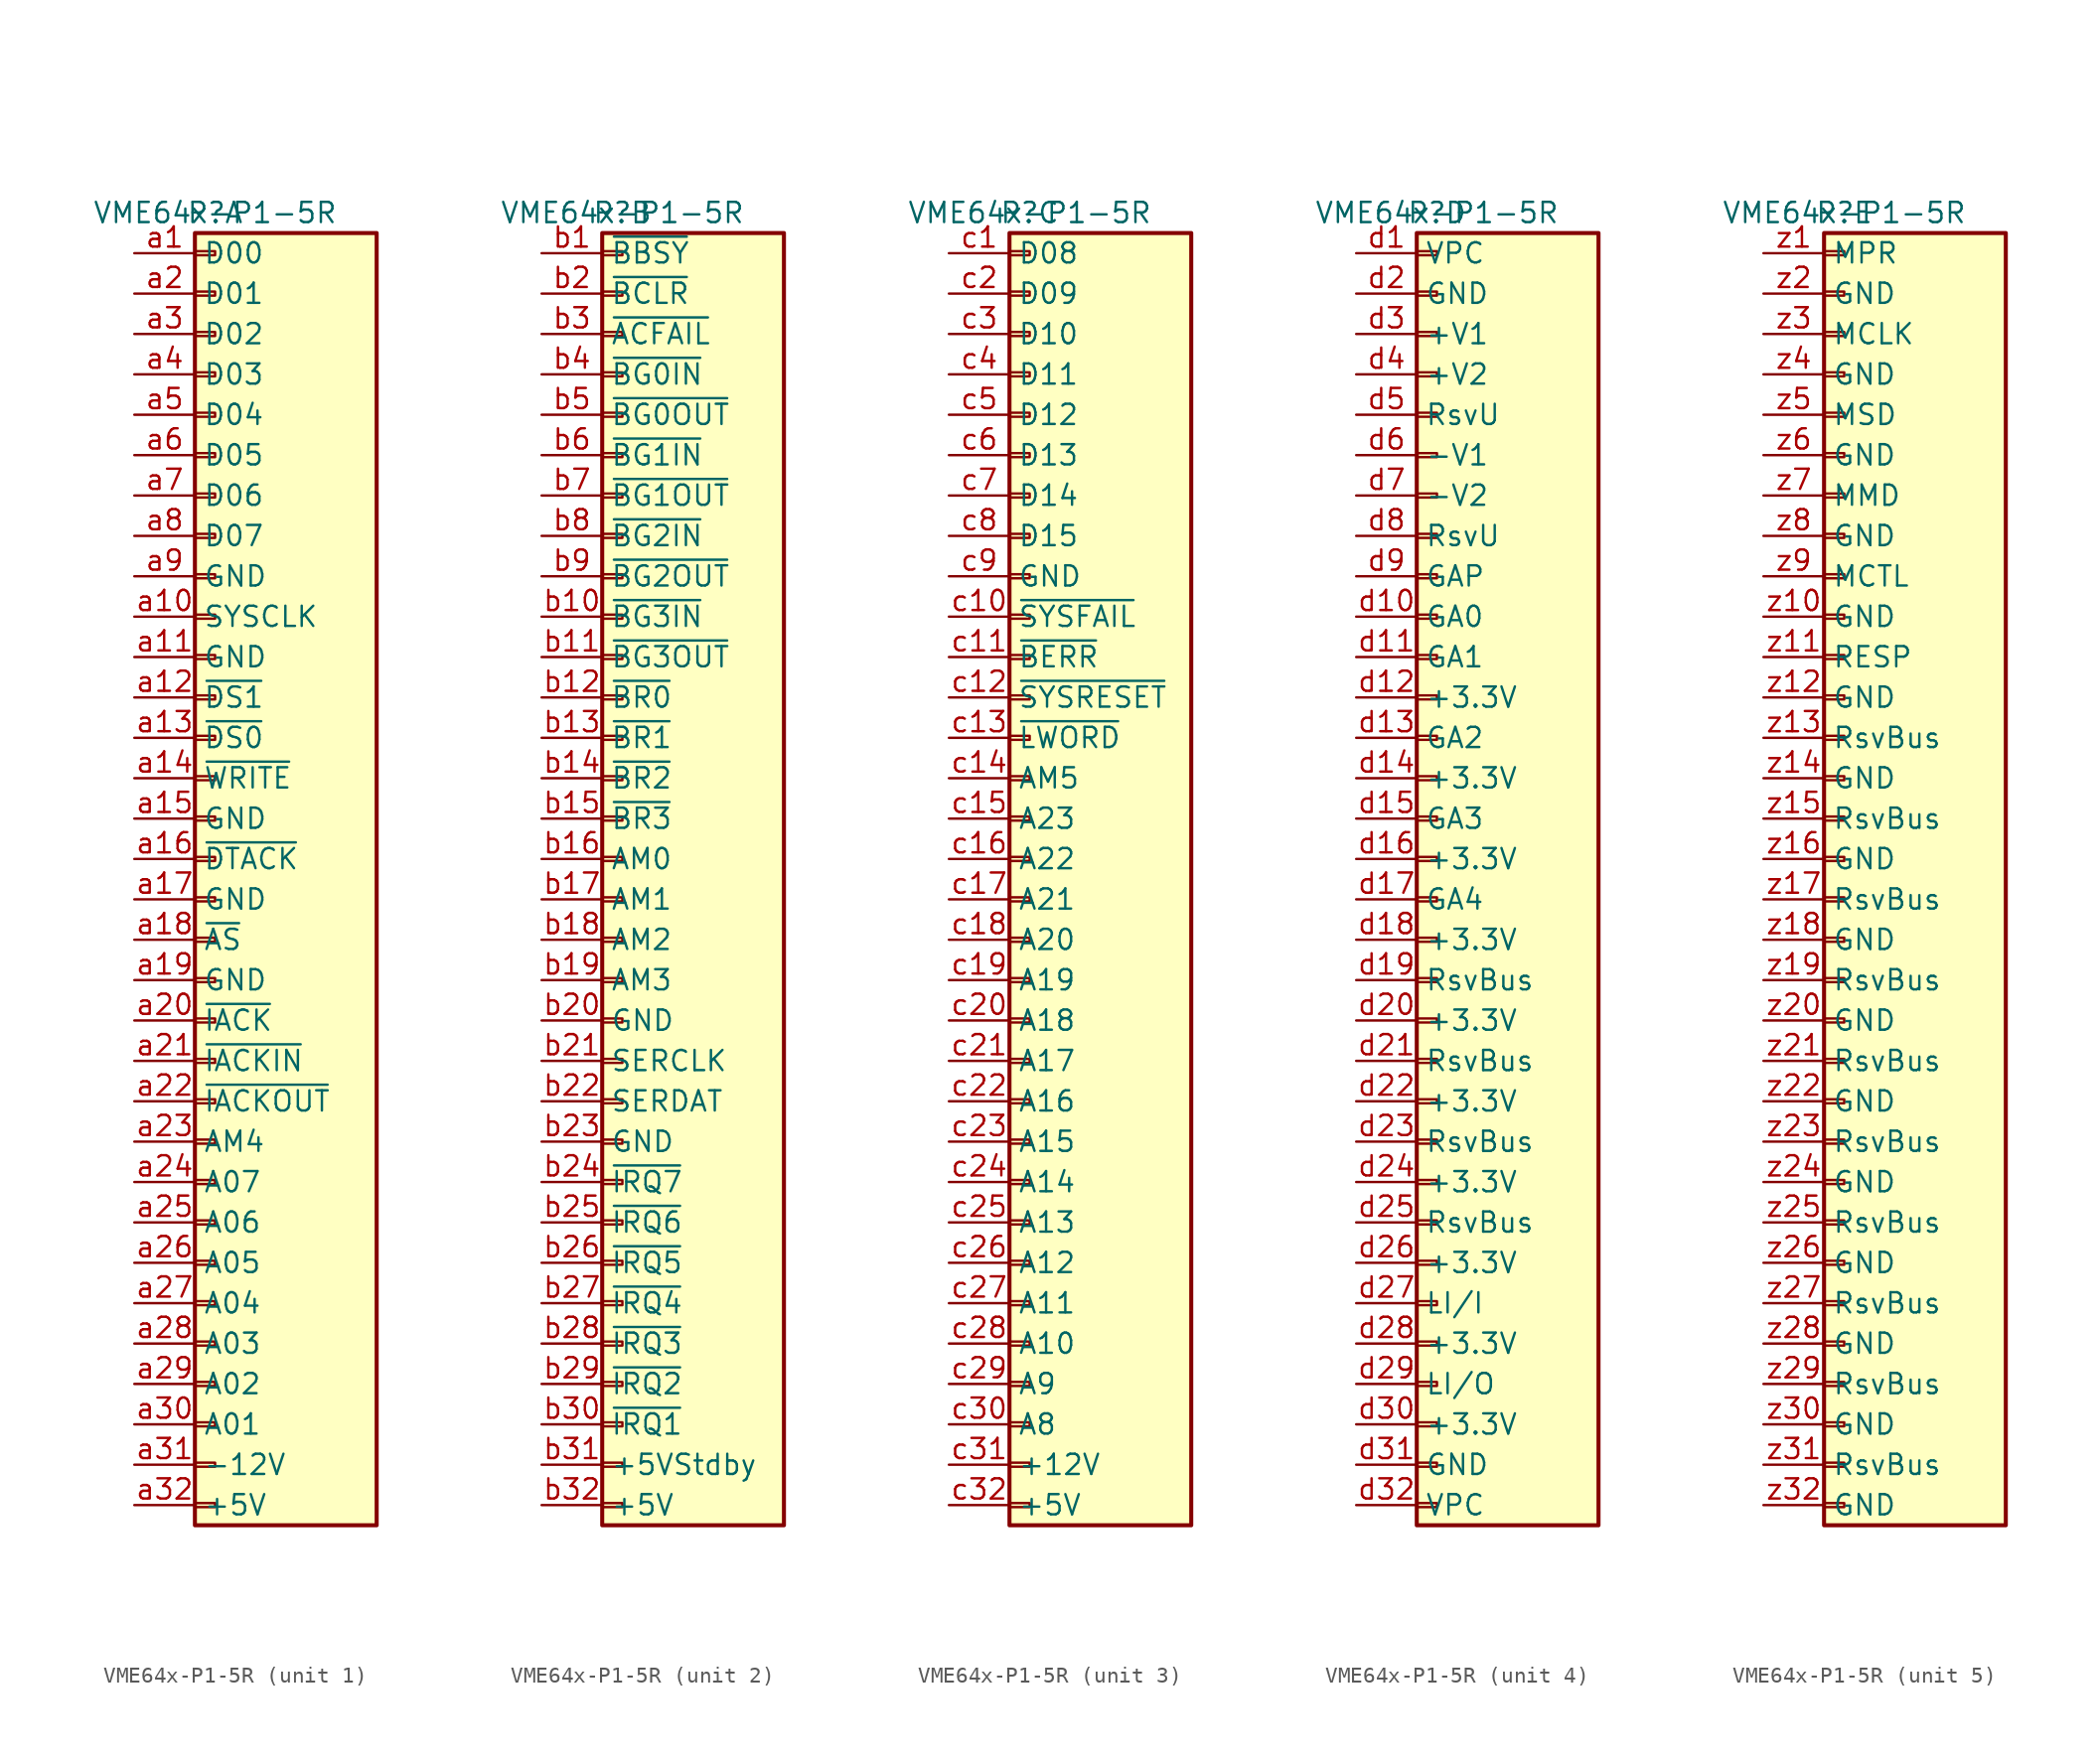
<source format=kicad_sym>
(kicad_symbol_lib
  (version 20231120)
  (generator "kicad_symbol_editor")
  (generator_version "8.0")
  (symbol "VME64x-P1-5R"
    (property "Reference" "P"
      (at 0 40.64 0)
      (effects (font (size 1.27 1.27))))
    (property "Value" "VME64x-P1-5R"
      (at 0 40.64 0)
      (effects (font (size 1.27 1.27))))
    (property "ki_locked" ""
      (at 0 0 0)
      (effects (font (size 1.27 1.27))))
    (symbol "VME64x-P1-5R_1_1"
      (rectangle (start -1.27 -40.513) (end 0 -40.767) (stroke (width 0.152) (type default)) (fill (type none)))
      (rectangle (start -1.27 -37.973) (end 0 -38.227) (stroke (width 0.152) (type default)) (fill (type none)))
      (rectangle (start -1.27 -35.433) (end 0 -35.687) (stroke (width 0.152) (type default)) (fill (type none)))
      (rectangle (start -1.27 -32.893) (end 0 -33.147) (stroke (width 0.152) (type default)) (fill (type none)))
      (rectangle (start -1.27 -30.353) (end 0 -30.607) (stroke (width 0.152) (type default)) (fill (type none)))
      (rectangle (start -1.27 -27.813) (end 0 -28.067) (stroke (width 0.152) (type default)) (fill (type none)))
      (rectangle (start -1.27 -25.273) (end 0 -25.527) (stroke (width 0.152) (type default)) (fill (type none)))
      (rectangle (start -1.27 -22.733) (end 0 -22.987) (stroke (width 0.152) (type default)) (fill (type none)))
      (rectangle (start -1.27 -20.193) (end 0 -20.447) (stroke (width 0.152) (type default)) (fill (type none)))
      (rectangle (start -1.27 -17.653) (end 0 -17.907) (stroke (width 0.152) (type default)) (fill (type none)))
      (rectangle (start -1.27 -15.113) (end 0 -15.367) (stroke (width 0.152) (type default)) (fill (type none)))
      (rectangle (start -1.27 -12.573) (end 0 -12.827) (stroke (width 0.152) (type default)) (fill (type none)))
      (rectangle (start -1.27 -10.033) (end 0 -10.287) (stroke (width 0.152) (type default)) (fill (type none)))
      (rectangle (start -1.27 -7.493) (end 0 -7.747) (stroke (width 0.152) (type default)) (fill (type none)))
      (rectangle (start -1.27 -4.953) (end 0 -5.207) (stroke (width 0.152) (type default)) (fill (type none)))
      (rectangle (start -1.27 -2.413) (end 0 -2.667) (stroke (width 0.152) (type default)) (fill (type none)))
      (rectangle (start -1.27 0.127) (end 0 -0.127) (stroke (width 0.152) (type default)) (fill (type none)))
      (rectangle (start -1.27 2.667) (end 0 2.413) (stroke (width 0.152) (type default)) (fill (type none)))
      (rectangle (start -1.27 5.207) (end 0 4.953) (stroke (width 0.152) (type default)) (fill (type none)))
      (rectangle (start -1.27 7.747) (end 0 7.493) (stroke (width 0.152) (type default)) (fill (type none)))
      (rectangle (start -1.27 10.287) (end 0 10.033) (stroke (width 0.152) (type default)) (fill (type none)))
      (rectangle (start -1.27 12.827) (end 0 12.573) (stroke (width 0.152) (type default)) (fill (type none)))
      (rectangle (start -1.27 15.367) (end 0 15.113) (stroke (width 0.152) (type default)) (fill (type none)))
      (rectangle (start -1.27 17.907) (end 0 17.653) (stroke (width 0.152) (type default)) (fill (type none)))
      (rectangle (start -1.27 20.447) (end 0 20.193) (stroke (width 0.152) (type default)) (fill (type none)))
      (rectangle (start -1.27 22.987) (end 0 22.733) (stroke (width 0.152) (type default)) (fill (type none)))
      (rectangle (start -1.27 25.527) (end 0 25.273) (stroke (width 0.152) (type default)) (fill (type none)))
      (rectangle (start -1.27 28.067) (end 0 27.813) (stroke (width 0.152) (type default)) (fill (type none)))
      (rectangle (start -1.27 30.607) (end 0 30.353) (stroke (width 0.152) (type default)) (fill (type none)))
      (rectangle (start -1.27 33.147) (end 0 32.893) (stroke (width 0.152) (type default)) (fill (type none)))
      (rectangle (start -1.27 35.687) (end 0 35.433) (stroke (width 0.152) (type default)) (fill (type none)))
      (rectangle (start -1.27 38.227) (end 0 37.973) (stroke (width 0.152) (type default)) (fill (type none)))
      (rectangle (start -1.27 39.37) (end 10.16 -41.91) (stroke (width 0.254) (type default)) (fill (type background)))
      (pin bidirectional line (at -5.08 38.1 0) (length 3.81) (name "D00" (effects (font (size 1.27 1.27)))) (number "a1" (effects (font (size 1.27 1.27)))))
      (pin output line (at -5.08 15.24 0) (length 3.81) (name "SYSCLK" (effects (font (size 1.27 1.27)))) (number "a10" (effects (font (size 1.27 1.27)))))
      (pin power_out line (at -5.08 12.7 0) (length 3.81) (name "GND" (effects (font (size 1.27 1.27)))) (number "a11" (effects (font (size 1.27 1.27)))))
      (pin bidirectional line (at -5.08 10.16 0) (length 3.81) (name "~{DS1}" (effects (font (size 1.27 1.27)))) (number "a12" (effects (font (size 1.27 1.27)))))
      (pin bidirectional line (at -5.08 7.62 0) (length 3.81) (name "~{DS0}" (effects (font (size 1.27 1.27)))) (number "a13" (effects (font (size 1.27 1.27)))))
      (pin bidirectional line (at -5.08 5.08 0) (length 3.81) (name "~{WRITE}" (effects (font (size 1.27 1.27)))) (number "a14" (effects (font (size 1.27 1.27)))))
      (pin power_out line (at -5.08 2.54 0) (length 3.81) (name "GND" (effects (font (size 1.27 1.27)))) (number "a15" (effects (font (size 1.27 1.27)))))
      (pin bidirectional line (at -5.08 0 0) (length 3.81) (name "~{DTACK}" (effects (font (size 1.27 1.27)))) (number "a16" (effects (font (size 1.27 1.27)))))
      (pin power_out line (at -5.08 -2.54 0) (length 3.81) (name "GND" (effects (font (size 1.27 1.27)))) (number "a17" (effects (font (size 1.27 1.27)))))
      (pin bidirectional line (at -5.08 -5.08 0) (length 3.81) (name "~{AS}" (effects (font (size 1.27 1.27)))) (number "a18" (effects (font (size 1.27 1.27)))))
      (pin power_out line (at -5.08 -7.62 0) (length 3.81) (name "GND" (effects (font (size 1.27 1.27)))) (number "a19" (effects (font (size 1.27 1.27)))))
      (pin bidirectional line (at -5.08 35.56 0) (length 3.81) (name "D01" (effects (font (size 1.27 1.27)))) (number "a2" (effects (font (size 1.27 1.27)))))
      (pin bidirectional line (at -5.08 -10.16 0) (length 3.81) (name "~{IACK}" (effects (font (size 1.27 1.27)))) (number "a20" (effects (font (size 1.27 1.27)))))
      (pin input line (at -5.08 -12.7 0) (length 3.81) (name "~{IACKIN}" (effects (font (size 1.27 1.27)))) (number "a21" (effects (font (size 1.27 1.27)))))
      (pin output line (at -5.08 -15.24 0) (length 3.81) (name "~{IACKOUT}" (effects (font (size 1.27 1.27)))) (number "a22" (effects (font (size 1.27 1.27)))))
      (pin bidirectional line (at -5.08 -17.78 0) (length 3.81) (name "AM4" (effects (font (size 1.27 1.27)))) (number "a23" (effects (font (size 1.27 1.27)))))
      (pin bidirectional line (at -5.08 -20.32 0) (length 3.81) (name "A07" (effects (font (size 1.27 1.27)))) (number "a24" (effects (font (size 1.27 1.27)))))
      (pin bidirectional line (at -5.08 -22.86 0) (length 3.81) (name "A06" (effects (font (size 1.27 1.27)))) (number "a25" (effects (font (size 1.27 1.27)))))
      (pin bidirectional line (at -5.08 -25.4 0) (length 3.81) (name "A05" (effects (font (size 1.27 1.27)))) (number "a26" (effects (font (size 1.27 1.27)))))
      (pin bidirectional line (at -5.08 -27.94 0) (length 3.81) (name "A04" (effects (font (size 1.27 1.27)))) (number "a27" (effects (font (size 1.27 1.27)))))
      (pin bidirectional line (at -5.08 -30.48 0) (length 3.81) (name "A03" (effects (font (size 1.27 1.27)))) (number "a28" (effects (font (size 1.27 1.27)))))
      (pin bidirectional line (at -5.08 -33.02 0) (length 3.81) (name "A02" (effects (font (size 1.27 1.27)))) (number "a29" (effects (font (size 1.27 1.27)))))
      (pin bidirectional line (at -5.08 33.02 0) (length 3.81) (name "D02" (effects (font (size 1.27 1.27)))) (number "a3" (effects (font (size 1.27 1.27)))))
      (pin bidirectional line (at -5.08 -35.56 0) (length 3.81) (name "A01" (effects (font (size 1.27 1.27)))) (number "a30" (effects (font (size 1.27 1.27)))))
      (pin power_out line (at -5.08 -38.1 0) (length 3.81) (name "-12V" (effects (font (size 1.27 1.27)))) (number "a31" (effects (font (size 1.27 1.27)))))
      (pin power_out line (at -5.08 -40.64 0) (length 3.81) (name "+5V" (effects (font (size 1.27 1.27)))) (number "a32" (effects (font (size 1.27 1.27)))))
      (pin bidirectional line (at -5.08 30.48 0) (length 3.81) (name "D03" (effects (font (size 1.27 1.27)))) (number "a4" (effects (font (size 1.27 1.27)))))
      (pin bidirectional line (at -5.08 27.94 0) (length 3.81) (name "D04" (effects (font (size 1.27 1.27)))) (number "a5" (effects (font (size 1.27 1.27)))))
      (pin bidirectional line (at -5.08 25.4 0) (length 3.81) (name "D05" (effects (font (size 1.27 1.27)))) (number "a6" (effects (font (size 1.27 1.27)))))
      (pin bidirectional line (at -5.08 22.86 0) (length 3.81) (name "D06" (effects (font (size 1.27 1.27)))) (number "a7" (effects (font (size 1.27 1.27)))))
      (pin bidirectional line (at -5.08 20.32 0) (length 3.81) (name "D07" (effects (font (size 1.27 1.27)))) (number "a8" (effects (font (size 1.27 1.27)))))
      (pin power_out line (at -5.08 17.78 0) (length 3.81) (name "GND" (effects (font (size 1.27 1.27)))) (number "a9" (effects (font (size 1.27 1.27))))))
    (symbol "VME64x-P1-5R_2_1"
      (rectangle (start -1.27 -40.513) (end 0 -40.767) (stroke (width 0.152) (type default)) (fill (type none)))
      (rectangle (start -1.27 -37.973) (end 0 -38.227) (stroke (width 0.152) (type default)) (fill (type none)))
      (rectangle (start -1.27 -35.433) (end 0 -35.687) (stroke (width 0.152) (type default)) (fill (type none)))
      (rectangle (start -1.27 -32.893) (end 0 -33.147) (stroke (width 0.152) (type default)) (fill (type none)))
      (rectangle (start -1.27 -30.353) (end 0 -30.607) (stroke (width 0.152) (type default)) (fill (type none)))
      (rectangle (start -1.27 -27.813) (end 0 -28.067) (stroke (width 0.152) (type default)) (fill (type none)))
      (rectangle (start -1.27 -25.273) (end 0 -25.527) (stroke (width 0.152) (type default)) (fill (type none)))
      (rectangle (start -1.27 -22.733) (end 0 -22.987) (stroke (width 0.152) (type default)) (fill (type none)))
      (rectangle (start -1.27 -20.193) (end 0 -20.447) (stroke (width 0.152) (type default)) (fill (type none)))
      (rectangle (start -1.27 -17.653) (end 0 -17.907) (stroke (width 0.152) (type default)) (fill (type none)))
      (rectangle (start -1.27 -15.113) (end 0 -15.367) (stroke (width 0.152) (type default)) (fill (type none)))
      (rectangle (start -1.27 -12.573) (end 0 -12.827) (stroke (width 0.152) (type default)) (fill (type none)))
      (rectangle (start -1.27 -10.033) (end 0 -10.287) (stroke (width 0.152) (type default)) (fill (type none)))
      (rectangle (start -1.27 -7.493) (end 0 -7.747) (stroke (width 0.152) (type default)) (fill (type none)))
      (rectangle (start -1.27 -4.953) (end 0 -5.207) (stroke (width 0.152) (type default)) (fill (type none)))
      (rectangle (start -1.27 -2.413) (end 0 -2.667) (stroke (width 0.152) (type default)) (fill (type none)))
      (rectangle (start -1.27 0.127) (end 0 -0.127) (stroke (width 0.152) (type default)) (fill (type none)))
      (rectangle (start -1.27 2.667) (end 0 2.413) (stroke (width 0.152) (type default)) (fill (type none)))
      (rectangle (start -1.27 5.207) (end 0 4.953) (stroke (width 0.152) (type default)) (fill (type none)))
      (rectangle (start -1.27 7.747) (end 0 7.493) (stroke (width 0.152) (type default)) (fill (type none)))
      (rectangle (start -1.27 10.287) (end 0 10.033) (stroke (width 0.152) (type default)) (fill (type none)))
      (rectangle (start -1.27 12.827) (end 0 12.573) (stroke (width 0.152) (type default)) (fill (type none)))
      (rectangle (start -1.27 15.367) (end 0 15.113) (stroke (width 0.152) (type default)) (fill (type none)))
      (rectangle (start -1.27 17.907) (end 0 17.653) (stroke (width 0.152) (type default)) (fill (type none)))
      (rectangle (start -1.27 20.447) (end 0 20.193) (stroke (width 0.152) (type default)) (fill (type none)))
      (rectangle (start -1.27 22.987) (end 0 22.733) (stroke (width 0.152) (type default)) (fill (type none)))
      (rectangle (start -1.27 25.527) (end 0 25.273) (stroke (width 0.152) (type default)) (fill (type none)))
      (rectangle (start -1.27 28.067) (end 0 27.813) (stroke (width 0.152) (type default)) (fill (type none)))
      (rectangle (start -1.27 30.607) (end 0 30.353) (stroke (width 0.152) (type default)) (fill (type none)))
      (rectangle (start -1.27 33.147) (end 0 32.893) (stroke (width 0.152) (type default)) (fill (type none)))
      (rectangle (start -1.27 35.687) (end 0 35.433) (stroke (width 0.152) (type default)) (fill (type none)))
      (rectangle (start -1.27 38.227) (end 0 37.973) (stroke (width 0.152) (type default)) (fill (type none)))
      (rectangle (start -1.27 39.37) (end 10.16 -41.91) (stroke (width 0.254) (type default)) (fill (type background)))
      (pin bidirectional line (at -5.08 38.1 0) (length 3.81) (name "~{BBSY}" (effects (font (size 1.27 1.27)))) (number "b1" (effects (font (size 1.27 1.27)))))
      (pin input line (at -5.08 15.24 0) (length 3.81) (name "~{BG3IN}" (effects (font (size 1.27 1.27)))) (number "b10" (effects (font (size 1.27 1.27)))))
      (pin output line (at -5.08 12.7 0) (length 3.81) (name "~{BG3OUT}" (effects (font (size 1.27 1.27)))) (number "b11" (effects (font (size 1.27 1.27)))))
      (pin bidirectional line (at -5.08 10.16 0) (length 3.81) (name "~{BR0}" (effects (font (size 1.27 1.27)))) (number "b12" (effects (font (size 1.27 1.27)))))
      (pin bidirectional line (at -5.08 7.62 0) (length 3.81) (name "~{BR1}" (effects (font (size 1.27 1.27)))) (number "b13" (effects (font (size 1.27 1.27)))))
      (pin bidirectional line (at -5.08 5.08 0) (length 3.81) (name "~{BR2}" (effects (font (size 1.27 1.27)))) (number "b14" (effects (font (size 1.27 1.27)))))
      (pin bidirectional line (at -5.08 2.54 0) (length 3.81) (name "~{BR3}" (effects (font (size 1.27 1.27)))) (number "b15" (effects (font (size 1.27 1.27)))))
      (pin bidirectional line (at -5.08 0 0) (length 3.81) (name "AM0" (effects (font (size 1.27 1.27)))) (number "b16" (effects (font (size 1.27 1.27)))))
      (pin bidirectional line (at -5.08 -2.54 0) (length 3.81) (name "AM1" (effects (font (size 1.27 1.27)))) (number "b17" (effects (font (size 1.27 1.27)))))
      (pin bidirectional line (at -5.08 -5.08 0) (length 3.81) (name "AM2" (effects (font (size 1.27 1.27)))) (number "b18" (effects (font (size 1.27 1.27)))))
      (pin bidirectional line (at -5.08 -7.62 0) (length 3.81) (name "AM3" (effects (font (size 1.27 1.27)))) (number "b19" (effects (font (size 1.27 1.27)))))
      (pin bidirectional line (at -5.08 35.56 0) (length 3.81) (name "~{BCLR}" (effects (font (size 1.27 1.27)))) (number "b2" (effects (font (size 1.27 1.27)))))
      (pin power_out line (at -5.08 -10.16 0) (length 3.81) (name "GND" (effects (font (size 1.27 1.27)))) (number "b20" (effects (font (size 1.27 1.27)))))
      (pin bidirectional line (at -5.08 -12.7 0) (length 3.81) (name "SERCLK" (effects (font (size 1.27 1.27)))) (number "b21" (effects (font (size 1.27 1.27)))))
      (pin bidirectional line (at -5.08 -15.24 0) (length 3.81) (name "SERDAT" (effects (font (size 1.27 1.27)))) (number "b22" (effects (font (size 1.27 1.27)))))
      (pin power_out line (at -5.08 -17.78 0) (length 3.81) (name "GND" (effects (font (size 1.27 1.27)))) (number "b23" (effects (font (size 1.27 1.27)))))
      (pin bidirectional line (at -5.08 -20.32 0) (length 3.81) (name "~{IRQ7}" (effects (font (size 1.27 1.27)))) (number "b24" (effects (font (size 1.27 1.27)))))
      (pin bidirectional line (at -5.08 -22.86 0) (length 3.81) (name "~{IRQ6}" (effects (font (size 1.27 1.27)))) (number "b25" (effects (font (size 1.27 1.27)))))
      (pin bidirectional line (at -5.08 -25.4 0) (length 3.81) (name "~{IRQ5}" (effects (font (size 1.27 1.27)))) (number "b26" (effects (font (size 1.27 1.27)))))
      (pin bidirectional line (at -5.08 -27.94 0) (length 3.81) (name "~{IRQ4}" (effects (font (size 1.27 1.27)))) (number "b27" (effects (font (size 1.27 1.27)))))
      (pin bidirectional line (at -5.08 -30.48 0) (length 3.81) (name "~{IRQ3}" (effects (font (size 1.27 1.27)))) (number "b28" (effects (font (size 1.27 1.27)))))
      (pin bidirectional line (at -5.08 -33.02 0) (length 3.81) (name "~{IRQ2}" (effects (font (size 1.27 1.27)))) (number "b29" (effects (font (size 1.27 1.27)))))
      (pin output line (at -5.08 33.02 0) (length 3.81) (name "~{ACFAIL}" (effects (font (size 1.27 1.27)))) (number "b3" (effects (font (size 1.27 1.27)))))
      (pin bidirectional line (at -5.08 -35.56 0) (length 3.81) (name "~{IRQ1}" (effects (font (size 1.27 1.27)))) (number "b30" (effects (font (size 1.27 1.27)))))
      (pin power_out line (at -5.08 -38.1 0) (length 3.81) (name "+5VStdby" (effects (font (size 1.27 1.27)))) (number "b31" (effects (font (size 1.27 1.27)))))
      (pin power_out line (at -5.08 -40.64 0) (length 3.81) (name "+5V" (effects (font (size 1.27 1.27)))) (number "b32" (effects (font (size 1.27 1.27)))))
      (pin input line (at -5.08 30.48 0) (length 3.81) (name "~{BG0IN}" (effects (font (size 1.27 1.27)))) (number "b4" (effects (font (size 1.27 1.27)))))
      (pin output line (at -5.08 27.94 0) (length 3.81) (name "~{BG0OUT}" (effects (font (size 1.27 1.27)))) (number "b5" (effects (font (size 1.27 1.27)))))
      (pin input line (at -5.08 25.4 0) (length 3.81) (name "~{BG1IN}" (effects (font (size 1.27 1.27)))) (number "b6" (effects (font (size 1.27 1.27)))))
      (pin output line (at -5.08 22.86 0) (length 3.81) (name "~{BG1OUT}" (effects (font (size 1.27 1.27)))) (number "b7" (effects (font (size 1.27 1.27)))))
      (pin input line (at -5.08 20.32 0) (length 3.81) (name "~{BG2IN}" (effects (font (size 1.27 1.27)))) (number "b8" (effects (font (size 1.27 1.27)))))
      (pin output line (at -5.08 17.78 0) (length 3.81) (name "~{BG2OUT}" (effects (font (size 1.27 1.27)))) (number "b9" (effects (font (size 1.27 1.27))))))
    (symbol "VME64x-P1-5R_3_1"
      (rectangle (start -1.27 -40.513) (end 0 -40.767) (stroke (width 0.152) (type default)) (fill (type none)))
      (rectangle (start -1.27 -37.973) (end 0 -38.227) (stroke (width 0.152) (type default)) (fill (type none)))
      (rectangle (start -1.27 -35.433) (end 0 -35.687) (stroke (width 0.152) (type default)) (fill (type none)))
      (rectangle (start -1.27 -32.893) (end 0 -33.147) (stroke (width 0.152) (type default)) (fill (type none)))
      (rectangle (start -1.27 -30.353) (end 0 -30.607) (stroke (width 0.152) (type default)) (fill (type none)))
      (rectangle (start -1.27 -27.813) (end 0 -28.067) (stroke (width 0.152) (type default)) (fill (type none)))
      (rectangle (start -1.27 -25.273) (end 0 -25.527) (stroke (width 0.152) (type default)) (fill (type none)))
      (rectangle (start -1.27 -22.733) (end 0 -22.987) (stroke (width 0.152) (type default)) (fill (type none)))
      (rectangle (start -1.27 -20.193) (end 0 -20.447) (stroke (width 0.152) (type default)) (fill (type none)))
      (rectangle (start -1.27 -17.653) (end 0 -17.907) (stroke (width 0.152) (type default)) (fill (type none)))
      (rectangle (start -1.27 -15.113) (end 0 -15.367) (stroke (width 0.152) (type default)) (fill (type none)))
      (rectangle (start -1.27 -12.573) (end 0 -12.827) (stroke (width 0.152) (type default)) (fill (type none)))
      (rectangle (start -1.27 -10.033) (end 0 -10.287) (stroke (width 0.152) (type default)) (fill (type none)))
      (rectangle (start -1.27 -7.493) (end 0 -7.747) (stroke (width 0.152) (type default)) (fill (type none)))
      (rectangle (start -1.27 -4.953) (end 0 -5.207) (stroke (width 0.152) (type default)) (fill (type none)))
      (rectangle (start -1.27 -2.413) (end 0 -2.667) (stroke (width 0.152) (type default)) (fill (type none)))
      (rectangle (start -1.27 0.127) (end 0 -0.127) (stroke (width 0.152) (type default)) (fill (type none)))
      (rectangle (start -1.27 2.667) (end 0 2.413) (stroke (width 0.152) (type default)) (fill (type none)))
      (rectangle (start -1.27 5.207) (end 0 4.953) (stroke (width 0.152) (type default)) (fill (type none)))
      (rectangle (start -1.27 7.747) (end 0 7.493) (stroke (width 0.152) (type default)) (fill (type none)))
      (rectangle (start -1.27 10.287) (end 0 10.033) (stroke (width 0.152) (type default)) (fill (type none)))
      (rectangle (start -1.27 12.827) (end 0 12.573) (stroke (width 0.152) (type default)) (fill (type none)))
      (rectangle (start -1.27 15.367) (end 0 15.113) (stroke (width 0.152) (type default)) (fill (type none)))
      (rectangle (start -1.27 17.907) (end 0 17.653) (stroke (width 0.152) (type default)) (fill (type none)))
      (rectangle (start -1.27 20.447) (end 0 20.193) (stroke (width 0.152) (type default)) (fill (type none)))
      (rectangle (start -1.27 22.987) (end 0 22.733) (stroke (width 0.152) (type default)) (fill (type none)))
      (rectangle (start -1.27 25.527) (end 0 25.273) (stroke (width 0.152) (type default)) (fill (type none)))
      (rectangle (start -1.27 28.067) (end 0 27.813) (stroke (width 0.152) (type default)) (fill (type none)))
      (rectangle (start -1.27 30.607) (end 0 30.353) (stroke (width 0.152) (type default)) (fill (type none)))
      (rectangle (start -1.27 33.147) (end 0 32.893) (stroke (width 0.152) (type default)) (fill (type none)))
      (rectangle (start -1.27 35.687) (end 0 35.433) (stroke (width 0.152) (type default)) (fill (type none)))
      (rectangle (start -1.27 38.227) (end 0 37.973) (stroke (width 0.152) (type default)) (fill (type none)))
      (rectangle (start -1.27 39.37) (end 10.16 -41.91) (stroke (width 0.254) (type default)) (fill (type background)))
      (pin bidirectional line (at -5.08 38.1 0) (length 3.81) (name "D08" (effects (font (size 1.27 1.27)))) (number "c1" (effects (font (size 1.27 1.27)))))
      (pin bidirectional line (at -5.08 15.24 0) (length 3.81) (name "~{SYSFAIL}" (effects (font (size 1.27 1.27)))) (number "c10" (effects (font (size 1.27 1.27)))))
      (pin bidirectional line (at -5.08 12.7 0) (length 3.81) (name "~{BERR}" (effects (font (size 1.27 1.27)))) (number "c11" (effects (font (size 1.27 1.27)))))
      (pin bidirectional line (at -5.08 10.16 0) (length 3.81) (name "~{SYSRESET}" (effects (font (size 1.27 1.27)))) (number "c12" (effects (font (size 1.27 1.27)))))
      (pin bidirectional line (at -5.08 7.62 0) (length 3.81) (name "~{LWORD}" (effects (font (size 1.27 1.27)))) (number "c13" (effects (font (size 1.27 1.27)))))
      (pin bidirectional line (at -5.08 5.08 0) (length 3.81) (name "AM5" (effects (font (size 1.27 1.27)))) (number "c14" (effects (font (size 1.27 1.27)))))
      (pin bidirectional line (at -5.08 2.54 0) (length 3.81) (name "A23" (effects (font (size 1.27 1.27)))) (number "c15" (effects (font (size 1.27 1.27)))))
      (pin bidirectional line (at -5.08 0 0) (length 3.81) (name "A22" (effects (font (size 1.27 1.27)))) (number "c16" (effects (font (size 1.27 1.27)))))
      (pin bidirectional line (at -5.08 -2.54 0) (length 3.81) (name "A21" (effects (font (size 1.27 1.27)))) (number "c17" (effects (font (size 1.27 1.27)))))
      (pin bidirectional line (at -5.08 -5.08 0) (length 3.81) (name "A20" (effects (font (size 1.27 1.27)))) (number "c18" (effects (font (size 1.27 1.27)))))
      (pin bidirectional line (at -5.08 -7.62 0) (length 3.81) (name "A19" (effects (font (size 1.27 1.27)))) (number "c19" (effects (font (size 1.27 1.27)))))
      (pin bidirectional line (at -5.08 35.56 0) (length 3.81) (name "D09" (effects (font (size 1.27 1.27)))) (number "c2" (effects (font (size 1.27 1.27)))))
      (pin bidirectional line (at -5.08 -10.16 0) (length 3.81) (name "A18" (effects (font (size 1.27 1.27)))) (number "c20" (effects (font (size 1.27 1.27)))))
      (pin bidirectional line (at -5.08 -12.7 0) (length 3.81) (name "A17" (effects (font (size 1.27 1.27)))) (number "c21" (effects (font (size 1.27 1.27)))))
      (pin bidirectional line (at -5.08 -15.24 0) (length 3.81) (name "A16" (effects (font (size 1.27 1.27)))) (number "c22" (effects (font (size 1.27 1.27)))))
      (pin bidirectional line (at -5.08 -17.78 0) (length 3.81) (name "A15" (effects (font (size 1.27 1.27)))) (number "c23" (effects (font (size 1.27 1.27)))))
      (pin bidirectional line (at -5.08 -20.32 0) (length 3.81) (name "A14" (effects (font (size 1.27 1.27)))) (number "c24" (effects (font (size 1.27 1.27)))))
      (pin bidirectional line (at -5.08 -22.86 0) (length 3.81) (name "A13" (effects (font (size 1.27 1.27)))) (number "c25" (effects (font (size 1.27 1.27)))))
      (pin bidirectional line (at -5.08 -25.4 0) (length 3.81) (name "A12" (effects (font (size 1.27 1.27)))) (number "c26" (effects (font (size 1.27 1.27)))))
      (pin bidirectional line (at -5.08 -27.94 0) (length 3.81) (name "A11" (effects (font (size 1.27 1.27)))) (number "c27" (effects (font (size 1.27 1.27)))))
      (pin bidirectional line (at -5.08 -30.48 0) (length 3.81) (name "A10" (effects (font (size 1.27 1.27)))) (number "c28" (effects (font (size 1.27 1.27)))))
      (pin bidirectional line (at -5.08 -33.02 0) (length 3.81) (name "A9" (effects (font (size 1.27 1.27)))) (number "c29" (effects (font (size 1.27 1.27)))))
      (pin bidirectional line (at -5.08 33.02 0) (length 3.81) (name "D10" (effects (font (size 1.27 1.27)))) (number "c3" (effects (font (size 1.27 1.27)))))
      (pin bidirectional line (at -5.08 -35.56 0) (length 3.81) (name "A8" (effects (font (size 1.27 1.27)))) (number "c30" (effects (font (size 1.27 1.27)))))
      (pin power_out line (at -5.08 -38.1 0) (length 3.81) (name "+12V" (effects (font (size 1.27 1.27)))) (number "c31" (effects (font (size 1.27 1.27)))))
      (pin power_out line (at -5.08 -40.64 0) (length 3.81) (name "+5V" (effects (font (size 1.27 1.27)))) (number "c32" (effects (font (size 1.27 1.27)))))
      (pin bidirectional line (at -5.08 30.48 0) (length 3.81) (name "D11" (effects (font (size 1.27 1.27)))) (number "c4" (effects (font (size 1.27 1.27)))))
      (pin bidirectional line (at -5.08 27.94 0) (length 3.81) (name "D12" (effects (font (size 1.27 1.27)))) (number "c5" (effects (font (size 1.27 1.27)))))
      (pin bidirectional line (at -5.08 25.4 0) (length 3.81) (name "D13" (effects (font (size 1.27 1.27)))) (number "c6" (effects (font (size 1.27 1.27)))))
      (pin bidirectional line (at -5.08 22.86 0) (length 3.81) (name "D14" (effects (font (size 1.27 1.27)))) (number "c7" (effects (font (size 1.27 1.27)))))
      (pin bidirectional line (at -5.08 20.32 0) (length 3.81) (name "D15" (effects (font (size 1.27 1.27)))) (number "c8" (effects (font (size 1.27 1.27)))))
      (pin power_out line (at -5.08 17.78 0) (length 3.81) (name "GND" (effects (font (size 1.27 1.27)))) (number "c9" (effects (font (size 1.27 1.27))))))
    (symbol "VME64x-P1-5R_4_1"
      (rectangle (start -1.27 -40.513) (end 0 -40.767) (stroke (width 0.152) (type default)) (fill (type none)))
      (rectangle (start -1.27 -37.973) (end 0 -38.227) (stroke (width 0.152) (type default)) (fill (type none)))
      (rectangle (start -1.27 -35.433) (end 0 -35.687) (stroke (width 0.152) (type default)) (fill (type none)))
      (rectangle (start -1.27 -32.893) (end 0 -33.147) (stroke (width 0.152) (type default)) (fill (type none)))
      (rectangle (start -1.27 -30.353) (end 0 -30.607) (stroke (width 0.152) (type default)) (fill (type none)))
      (rectangle (start -1.27 -27.813) (end 0 -28.067) (stroke (width 0.152) (type default)) (fill (type none)))
      (rectangle (start -1.27 -25.273) (end 0 -25.527) (stroke (width 0.152) (type default)) (fill (type none)))
      (rectangle (start -1.27 -22.733) (end 0 -22.987) (stroke (width 0.152) (type default)) (fill (type none)))
      (rectangle (start -1.27 -20.193) (end 0 -20.447) (stroke (width 0.152) (type default)) (fill (type none)))
      (rectangle (start -1.27 -17.653) (end 0 -17.907) (stroke (width 0.152) (type default)) (fill (type none)))
      (rectangle (start -1.27 -15.113) (end 0 -15.367) (stroke (width 0.152) (type default)) (fill (type none)))
      (rectangle (start -1.27 -12.573) (end 0 -12.827) (stroke (width 0.152) (type default)) (fill (type none)))
      (rectangle (start -1.27 -10.033) (end 0 -10.287) (stroke (width 0.152) (type default)) (fill (type none)))
      (rectangle (start -1.27 -7.493) (end 0 -7.747) (stroke (width 0.152) (type default)) (fill (type none)))
      (rectangle (start -1.27 -4.953) (end 0 -5.207) (stroke (width 0.152) (type default)) (fill (type none)))
      (rectangle (start -1.27 -2.413) (end 0 -2.667) (stroke (width 0.152) (type default)) (fill (type none)))
      (rectangle (start -1.27 0.127) (end 0 -0.127) (stroke (width 0.152) (type default)) (fill (type none)))
      (rectangle (start -1.27 2.667) (end 0 2.413) (stroke (width 0.152) (type default)) (fill (type none)))
      (rectangle (start -1.27 5.207) (end 0 4.953) (stroke (width 0.152) (type default)) (fill (type none)))
      (rectangle (start -1.27 7.747) (end 0 7.493) (stroke (width 0.152) (type default)) (fill (type none)))
      (rectangle (start -1.27 10.287) (end 0 10.033) (stroke (width 0.152) (type default)) (fill (type none)))
      (rectangle (start -1.27 12.827) (end 0 12.573) (stroke (width 0.152) (type default)) (fill (type none)))
      (rectangle (start -1.27 15.367) (end 0 15.113) (stroke (width 0.152) (type default)) (fill (type none)))
      (rectangle (start -1.27 17.907) (end 0 17.653) (stroke (width 0.152) (type default)) (fill (type none)))
      (rectangle (start -1.27 20.447) (end 0 20.193) (stroke (width 0.152) (type default)) (fill (type none)))
      (rectangle (start -1.27 22.987) (end 0 22.733) (stroke (width 0.152) (type default)) (fill (type none)))
      (rectangle (start -1.27 25.527) (end 0 25.273) (stroke (width 0.152) (type default)) (fill (type none)))
      (rectangle (start -1.27 28.067) (end 0 27.813) (stroke (width 0.152) (type default)) (fill (type none)))
      (rectangle (start -1.27 30.607) (end 0 30.353) (stroke (width 0.152) (type default)) (fill (type none)))
      (rectangle (start -1.27 33.147) (end 0 32.893) (stroke (width 0.152) (type default)) (fill (type none)))
      (rectangle (start -1.27 35.687) (end 0 35.433) (stroke (width 0.152) (type default)) (fill (type none)))
      (rectangle (start -1.27 38.227) (end 0 37.973) (stroke (width 0.152) (type default)) (fill (type none)))
      (rectangle (start -1.27 39.37) (end 10.16 -41.91) (stroke (width 0.254) (type default)) (fill (type background)))
      (pin power_out line (at -5.08 38.1 0) (length 3.81) (name "VPC" (effects (font (size 1.27 1.27)))) (number "d1" (effects (font (size 1.27 1.27)))))
      (pin output line (at -5.08 15.24 0) (length 3.81) (name "GA0" (effects (font (size 1.27 1.27)))) (number "d10" (effects (font (size 1.27 1.27)))))
      (pin output line (at -5.08 12.7 0) (length 3.81) (name "GA1" (effects (font (size 1.27 1.27)))) (number "d11" (effects (font (size 1.27 1.27)))))
      (pin power_out line (at -5.08 10.16 0) (length 3.81) (name "+3.3V" (effects (font (size 1.27 1.27)))) (number "d12" (effects (font (size 1.27 1.27)))))
      (pin output line (at -5.08 7.62 0) (length 3.81) (name "GA2" (effects (font (size 1.27 1.27)))) (number "d13" (effects (font (size 1.27 1.27)))))
      (pin power_out line (at -5.08 5.08 0) (length 3.81) (name "+3.3V" (effects (font (size 1.27 1.27)))) (number "d14" (effects (font (size 1.27 1.27)))))
      (pin output line (at -5.08 2.54 0) (length 3.81) (name "GA3" (effects (font (size 1.27 1.27)))) (number "d15" (effects (font (size 1.27 1.27)))))
      (pin power_out line (at -5.08 0 0) (length 3.81) (name "+3.3V" (effects (font (size 1.27 1.27)))) (number "d16" (effects (font (size 1.27 1.27)))))
      (pin output line (at -5.08 -2.54 0) (length 3.81) (name "GA4" (effects (font (size 1.27 1.27)))) (number "d17" (effects (font (size 1.27 1.27)))))
      (pin power_out line (at -5.08 -5.08 0) (length 3.81) (name "+3.3V" (effects (font (size 1.27 1.27)))) (number "d18" (effects (font (size 1.27 1.27)))))
      (pin bidirectional line (at -5.08 -7.62 0) (length 3.81) (name "RsvBus" (effects (font (size 1.27 1.27)))) (number "d19" (effects (font (size 1.27 1.27)))))
      (pin power_out line (at -5.08 35.56 0) (length 3.81) (name "GND" (effects (font (size 1.27 1.27)))) (number "d2" (effects (font (size 1.27 1.27)))))
      (pin power_out line (at -5.08 -10.16 0) (length 3.81) (name "+3.3V" (effects (font (size 1.27 1.27)))) (number "d20" (effects (font (size 1.27 1.27)))))
      (pin bidirectional line (at -5.08 -12.7 0) (length 3.81) (name "RsvBus" (effects (font (size 1.27 1.27)))) (number "d21" (effects (font (size 1.27 1.27)))))
      (pin power_out line (at -5.08 -15.24 0) (length 3.81) (name "+3.3V" (effects (font (size 1.27 1.27)))) (number "d22" (effects (font (size 1.27 1.27)))))
      (pin bidirectional line (at -5.08 -17.78 0) (length 3.81) (name "RsvBus" (effects (font (size 1.27 1.27)))) (number "d23" (effects (font (size 1.27 1.27)))))
      (pin power_out line (at -5.08 -20.32 0) (length 3.81) (name "+3.3V" (effects (font (size 1.27 1.27)))) (number "d24" (effects (font (size 1.27 1.27)))))
      (pin bidirectional line (at -5.08 -22.86 0) (length 3.81) (name "RsvBus" (effects (font (size 1.27 1.27)))) (number "d25" (effects (font (size 1.27 1.27)))))
      (pin power_out line (at -5.08 -25.4 0) (length 3.81) (name "+3.3V" (effects (font (size 1.27 1.27)))) (number "d26" (effects (font (size 1.27 1.27)))))
      (pin input line (at -5.08 -27.94 0) (length 3.81) (name "LI/I" (effects (font (size 1.27 1.27)))) (number "d27" (effects (font (size 1.27 1.27)))))
      (pin power_out line (at -5.08 -30.48 0) (length 3.81) (name "+3.3V" (effects (font (size 1.27 1.27)))) (number "d28" (effects (font (size 1.27 1.27)))))
      (pin output line (at -5.08 -33.02 0) (length 3.81) (name "LI/O" (effects (font (size 1.27 1.27)))) (number "d29" (effects (font (size 1.27 1.27)))))
      (pin power_out line (at -5.08 33.02 0) (length 3.81) (name "+V1" (effects (font (size 1.27 1.27)))) (number "d3" (effects (font (size 1.27 1.27)))))
      (pin power_out line (at -5.08 -35.56 0) (length 3.81) (name "+3.3V" (effects (font (size 1.27 1.27)))) (number "d30" (effects (font (size 1.27 1.27)))))
      (pin power_out line (at -5.08 -38.1 0) (length 3.81) (name "GND" (effects (font (size 1.27 1.27)))) (number "d31" (effects (font (size 1.27 1.27)))))
      (pin power_out line (at -5.08 -40.64 0) (length 3.81) (name "VPC" (effects (font (size 1.27 1.27)))) (number "d32" (effects (font (size 1.27 1.27)))))
      (pin power_out line (at -5.08 30.48 0) (length 3.81) (name "+V2" (effects (font (size 1.27 1.27)))) (number "d4" (effects (font (size 1.27 1.27)))))
      (pin bidirectional line (at -5.08 27.94 0) (length 3.81) (name "RsvU" (effects (font (size 1.27 1.27)))) (number "d5" (effects (font (size 1.27 1.27)))))
      (pin power_out line (at -5.08 25.4 0) (length 3.81) (name "-V1" (effects (font (size 1.27 1.27)))) (number "d6" (effects (font (size 1.27 1.27)))))
      (pin power_out line (at -5.08 22.86 0) (length 3.81) (name "-V2" (effects (font (size 1.27 1.27)))) (number "d7" (effects (font (size 1.27 1.27)))))
      (pin bidirectional line (at -5.08 20.32 0) (length 3.81) (name "RsvU" (effects (font (size 1.27 1.27)))) (number "d8" (effects (font (size 1.27 1.27)))))
      (pin output line (at -5.08 17.78 0) (length 3.81) (name "GAP" (effects (font (size 1.27 1.27)))) (number "d9" (effects (font (size 1.27 1.27))))))
    (symbol "VME64x-P1-5R_5_1"
      (rectangle (start -1.27 -40.513) (end 0 -40.767) (stroke (width 0.152) (type default)) (fill (type none)))
      (rectangle (start -1.27 -37.973) (end 0 -38.227) (stroke (width 0.152) (type default)) (fill (type none)))
      (rectangle (start -1.27 -35.433) (end 0 -35.687) (stroke (width 0.152) (type default)) (fill (type none)))
      (rectangle (start -1.27 -32.893) (end 0 -33.147) (stroke (width 0.152) (type default)) (fill (type none)))
      (rectangle (start -1.27 -30.353) (end 0 -30.607) (stroke (width 0.152) (type default)) (fill (type none)))
      (rectangle (start -1.27 -27.813) (end 0 -28.067) (stroke (width 0.152) (type default)) (fill (type none)))
      (rectangle (start -1.27 -25.273) (end 0 -25.527) (stroke (width 0.152) (type default)) (fill (type none)))
      (rectangle (start -1.27 -22.733) (end 0 -22.987) (stroke (width 0.152) (type default)) (fill (type none)))
      (rectangle (start -1.27 -20.193) (end 0 -20.447) (stroke (width 0.152) (type default)) (fill (type none)))
      (rectangle (start -1.27 -17.653) (end 0 -17.907) (stroke (width 0.152) (type default)) (fill (type none)))
      (rectangle (start -1.27 -15.113) (end 0 -15.367) (stroke (width 0.152) (type default)) (fill (type none)))
      (rectangle (start -1.27 -12.573) (end 0 -12.827) (stroke (width 0.152) (type default)) (fill (type none)))
      (rectangle (start -1.27 -10.033) (end 0 -10.287) (stroke (width 0.152) (type default)) (fill (type none)))
      (rectangle (start -1.27 -7.493) (end 0 -7.747) (stroke (width 0.152) (type default)) (fill (type none)))
      (rectangle (start -1.27 -4.953) (end 0 -5.207) (stroke (width 0.152) (type default)) (fill (type none)))
      (rectangle (start -1.27 -2.413) (end 0 -2.667) (stroke (width 0.152) (type default)) (fill (type none)))
      (rectangle (start -1.27 0.127) (end 0 -0.127) (stroke (width 0.152) (type default)) (fill (type none)))
      (rectangle (start -1.27 2.667) (end 0 2.413) (stroke (width 0.152) (type default)) (fill (type none)))
      (rectangle (start -1.27 5.207) (end 0 4.953) (stroke (width 0.152) (type default)) (fill (type none)))
      (rectangle (start -1.27 7.747) (end 0 7.493) (stroke (width 0.152) (type default)) (fill (type none)))
      (rectangle (start -1.27 10.287) (end 0 10.033) (stroke (width 0.152) (type default)) (fill (type none)))
      (rectangle (start -1.27 12.827) (end 0 12.573) (stroke (width 0.152) (type default)) (fill (type none)))
      (rectangle (start -1.27 15.367) (end 0 15.113) (stroke (width 0.152) (type default)) (fill (type none)))
      (rectangle (start -1.27 17.907) (end 0 17.653) (stroke (width 0.152) (type default)) (fill (type none)))
      (rectangle (start -1.27 20.447) (end 0 20.193) (stroke (width 0.152) (type default)) (fill (type none)))
      (rectangle (start -1.27 22.987) (end 0 22.733) (stroke (width 0.152) (type default)) (fill (type none)))
      (rectangle (start -1.27 25.527) (end 0 25.273) (stroke (width 0.152) (type default)) (fill (type none)))
      (rectangle (start -1.27 28.067) (end 0 27.813) (stroke (width 0.152) (type default)) (fill (type none)))
      (rectangle (start -1.27 30.607) (end 0 30.353) (stroke (width 0.152) (type default)) (fill (type none)))
      (rectangle (start -1.27 33.147) (end 0 32.893) (stroke (width 0.152) (type default)) (fill (type none)))
      (rectangle (start -1.27 35.687) (end 0 35.433) (stroke (width 0.152) (type default)) (fill (type none)))
      (rectangle (start -1.27 38.227) (end 0 37.973) (stroke (width 0.152) (type default)) (fill (type none)))
      (rectangle (start -1.27 39.37) (end 10.16 -41.91) (stroke (width 0.254) (type default)) (fill (type background)))
      (pin bidirectional line (at -5.08 38.1 0) (length 3.81) (name "MPR" (effects (font (size 1.27 1.27)))) (number "z1" (effects (font (size 1.27 1.27)))))
      (pin power_out line (at -5.08 15.24 0) (length 3.81) (name "GND" (effects (font (size 1.27 1.27)))) (number "z10" (effects (font (size 1.27 1.27)))))
      (pin bidirectional line (at -5.08 12.7 0) (length 3.81) (name "RESP" (effects (font (size 1.27 1.27)))) (number "z11" (effects (font (size 1.27 1.27)))))
      (pin power_out line (at -5.08 10.16 0) (length 3.81) (name "GND" (effects (font (size 1.27 1.27)))) (number "z12" (effects (font (size 1.27 1.27)))))
      (pin bidirectional line (at -5.08 7.62 0) (length 3.81) (name "RsvBus" (effects (font (size 1.27 1.27)))) (number "z13" (effects (font (size 1.27 1.27)))))
      (pin power_out line (at -5.08 5.08 0) (length 3.81) (name "GND" (effects (font (size 1.27 1.27)))) (number "z14" (effects (font (size 1.27 1.27)))))
      (pin bidirectional line (at -5.08 2.54 0) (length 3.81) (name "RsvBus" (effects (font (size 1.27 1.27)))) (number "z15" (effects (font (size 1.27 1.27)))))
      (pin power_out line (at -5.08 0 0) (length 3.81) (name "GND" (effects (font (size 1.27 1.27)))) (number "z16" (effects (font (size 1.27 1.27)))))
      (pin bidirectional line (at -5.08 -2.54 0) (length 3.81) (name "RsvBus" (effects (font (size 1.27 1.27)))) (number "z17" (effects (font (size 1.27 1.27)))))
      (pin power_out line (at -5.08 -5.08 0) (length 3.81) (name "GND" (effects (font (size 1.27 1.27)))) (number "z18" (effects (font (size 1.27 1.27)))))
      (pin bidirectional line (at -5.08 -7.62 0) (length 3.81) (name "RsvBus" (effects (font (size 1.27 1.27)))) (number "z19" (effects (font (size 1.27 1.27)))))
      (pin power_out line (at -5.08 35.56 0) (length 3.81) (name "GND" (effects (font (size 1.27 1.27)))) (number "z2" (effects (font (size 1.27 1.27)))))
      (pin power_out line (at -5.08 -10.16 0) (length 3.81) (name "GND" (effects (font (size 1.27 1.27)))) (number "z20" (effects (font (size 1.27 1.27)))))
      (pin bidirectional line (at -5.08 -12.7 0) (length 3.81) (name "RsvBus" (effects (font (size 1.27 1.27)))) (number "z21" (effects (font (size 1.27 1.27)))))
      (pin power_out line (at -5.08 -15.24 0) (length 3.81) (name "GND" (effects (font (size 1.27 1.27)))) (number "z22" (effects (font (size 1.27 1.27)))))
      (pin bidirectional line (at -5.08 -17.78 0) (length 3.81) (name "RsvBus" (effects (font (size 1.27 1.27)))) (number "z23" (effects (font (size 1.27 1.27)))))
      (pin power_out line (at -5.08 -20.32 0) (length 3.81) (name "GND" (effects (font (size 1.27 1.27)))) (number "z24" (effects (font (size 1.27 1.27)))))
      (pin bidirectional line (at -5.08 -22.86 0) (length 3.81) (name "RsvBus" (effects (font (size 1.27 1.27)))) (number "z25" (effects (font (size 1.27 1.27)))))
      (pin power_out line (at -5.08 -25.4 0) (length 3.81) (name "GND" (effects (font (size 1.27 1.27)))) (number "z26" (effects (font (size 1.27 1.27)))))
      (pin bidirectional line (at -5.08 -27.94 0) (length 3.81) (name "RsvBus" (effects (font (size 1.27 1.27)))) (number "z27" (effects (font (size 1.27 1.27)))))
      (pin power_out line (at -5.08 -30.48 0) (length 3.81) (name "GND" (effects (font (size 1.27 1.27)))) (number "z28" (effects (font (size 1.27 1.27)))))
      (pin bidirectional line (at -5.08 -33.02 0) (length 3.81) (name "RsvBus" (effects (font (size 1.27 1.27)))) (number "z29" (effects (font (size 1.27 1.27)))))
      (pin bidirectional line (at -5.08 33.02 0) (length 3.81) (name "MCLK" (effects (font (size 1.27 1.27)))) (number "z3" (effects (font (size 1.27 1.27)))))
      (pin power_out line (at -5.08 -35.56 0) (length 3.81) (name "GND" (effects (font (size 1.27 1.27)))) (number "z30" (effects (font (size 1.27 1.27)))))
      (pin bidirectional line (at -5.08 -38.1 0) (length 3.81) (name "RsvBus" (effects (font (size 1.27 1.27)))) (number "z31" (effects (font (size 1.27 1.27)))))
      (pin power_out line (at -5.08 -40.64 0) (length 3.81) (name "GND" (effects (font (size 1.27 1.27)))) (number "z32" (effects (font (size 1.27 1.27)))))
      (pin power_out line (at -5.08 30.48 0) (length 3.81) (name "GND" (effects (font (size 1.27 1.27)))) (number "z4" (effects (font (size 1.27 1.27)))))
      (pin bidirectional line (at -5.08 27.94 0) (length 3.81) (name "MSD" (effects (font (size 1.27 1.27)))) (number "z5" (effects (font (size 1.27 1.27)))))
      (pin power_out line (at -5.08 25.4 0) (length 3.81) (name "GND" (effects (font (size 1.27 1.27)))) (number "z6" (effects (font (size 1.27 1.27)))))
      (pin bidirectional line (at -5.08 22.86 0) (length 3.81) (name "MMD" (effects (font (size 1.27 1.27)))) (number "z7" (effects (font (size 1.27 1.27)))))
      (pin power_out line (at -5.08 20.32 0) (length 3.81) (name "GND" (effects (font (size 1.27 1.27)))) (number "z8" (effects (font (size 1.27 1.27)))))
      (pin bidirectional line (at -5.08 17.78 0) (length 3.81) (name "MCTL" (effects (font (size 1.27 1.27)))) (number "z9" (effects (font (size 1.27 1.27))))))))
</source>
